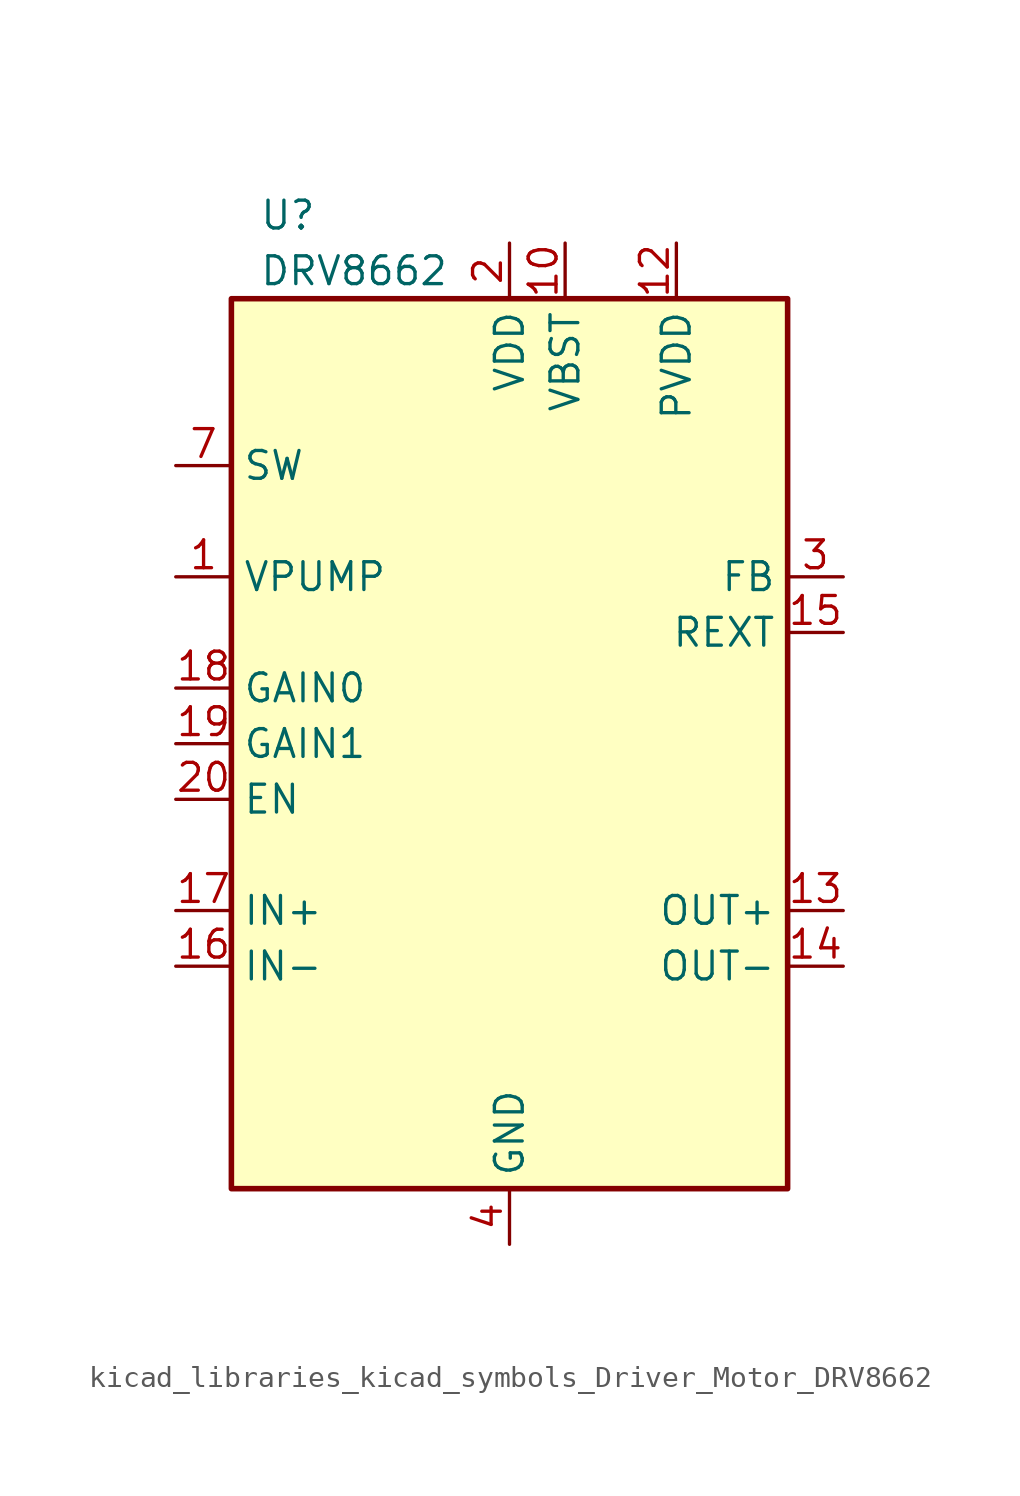
<source format=kicad_sym>
(kicad_symbol_lib
  (version 20220914)
  (generator kicad_symbol_editor)
  (symbol "kicad_libraries_kicad_symbols_Driver_Motor_DRV8662"
    (property "Reference" "U"
      (at -11.43 24.13 0)
      (effects (font (size 1.27 1.27)) (justify left)))
    (property "Value" "DRV8662"
      (at -11.43 21.59 0)
      (effects (font (size 1.27 1.27)) (justify left)))
    (symbol "kicad_libraries_kicad_symbols_Driver_Motor_DRV8662_0_1"
      (rectangle (start -12.7 20.32) (end 12.7 -20.32) (stroke (width 0.254) (type default)) (fill (type background))))
    (symbol "kicad_libraries_kicad_symbols_Driver_Motor_DRV8662_1_1"
      (pin output line (at -15.24 7.62 0) (length 2.54) (name "VPUMP" (effects (font (size 1.27 1.27)))) (number "1" (effects (font (size 1.27 1.27)))))
      (pin power_out line (at 2.54 22.86 270) (length 2.54) (name "VBST" (effects (font (size 1.27 1.27)))) (number "10" (effects (font (size 1.27 1.27)))))
      (pin passive line (at 2.54 22.86 270) (length 2.54) hide (name "VBST" (effects (font (size 1.27 1.27)))) (number "11" (effects (font (size 1.27 1.27)))))
      (pin power_in line (at 7.62 22.86 270) (length 2.54) (name "PVDD" (effects (font (size 1.27 1.27)))) (number "12" (effects (font (size 1.27 1.27)))))
      (pin output line (at 15.24 -7.62 180) (length 2.54) (name "OUT+" (effects (font (size 1.27 1.27)))) (number "13" (effects (font (size 1.27 1.27)))))
      (pin output line (at 15.24 -10.16 180) (length 2.54) (name "OUT-" (effects (font (size 1.27 1.27)))) (number "14" (effects (font (size 1.27 1.27)))))
      (pin input line (at 15.24 5.08 180) (length 2.54) (name "REXT" (effects (font (size 1.27 1.27)))) (number "15" (effects (font (size 1.27 1.27)))))
      (pin input line (at -15.24 -10.16 0) (length 2.54) (name "IN-" (effects (font (size 1.27 1.27)))) (number "16" (effects (font (size 1.27 1.27)))))
      (pin input line (at -15.24 -7.62 0) (length 2.54) (name "IN+" (effects (font (size 1.27 1.27)))) (number "17" (effects (font (size 1.27 1.27)))))
      (pin input line (at -15.24 2.54 0) (length 2.54) (name "GAIN0" (effects (font (size 1.27 1.27)))) (number "18" (effects (font (size 1.27 1.27)))))
      (pin input line (at -15.24 0 0) (length 2.54) (name "GAIN1" (effects (font (size 1.27 1.27)))) (number "19" (effects (font (size 1.27 1.27)))))
      (pin power_in line (at 0 22.86 270) (length 2.54) (name "VDD" (effects (font (size 1.27 1.27)))) (number "2" (effects (font (size 1.27 1.27)))))
      (pin input line (at -15.24 -2.54 0) (length 2.54) (name "EN" (effects (font (size 1.27 1.27)))) (number "20" (effects (font (size 1.27 1.27)))))
      (pin passive line (at 0 -22.86 90) (length 2.54) hide (name "GND" (effects (font (size 1.27 1.27)))) (number "21" (effects (font (size 1.27 1.27)))))
      (pin input line (at 15.24 7.62 180) (length 2.54) (name "FB" (effects (font (size 1.27 1.27)))) (number "3" (effects (font (size 1.27 1.27)))))
      (pin power_in line (at 0 -22.86 90) (length 2.54) (name "GND" (effects (font (size 1.27 1.27)))) (number "4" (effects (font (size 1.27 1.27)))))
      (pin passive line (at 0 -22.86 90) (length 2.54) hide (name "GND" (effects (font (size 1.27 1.27)))) (number "5" (effects (font (size 1.27 1.27)))))
      (pin passive line (at 0 -22.86 90) (length 2.54) hide (name "GND" (effects (font (size 1.27 1.27)))) (number "6" (effects (font (size 1.27 1.27)))))
      (pin input line (at -15.24 12.7 0) (length 2.54) (name "SW" (effects (font (size 1.27 1.27)))) (number "7" (effects (font (size 1.27 1.27)))))
      (pin input line (at -15.24 12.7 0) (length 2.54) hide (name "SW" (effects (font (size 1.27 1.27)))) (number "8" (effects (font (size 1.27 1.27)))))
      (pin no_connect line (at -12.7 -15.24 0) (length 2.54) hide (name "NC" (effects (font (size 1.27 1.27)))) (number "9" (effects (font (size 1.27 1.27))))))))
</source>
